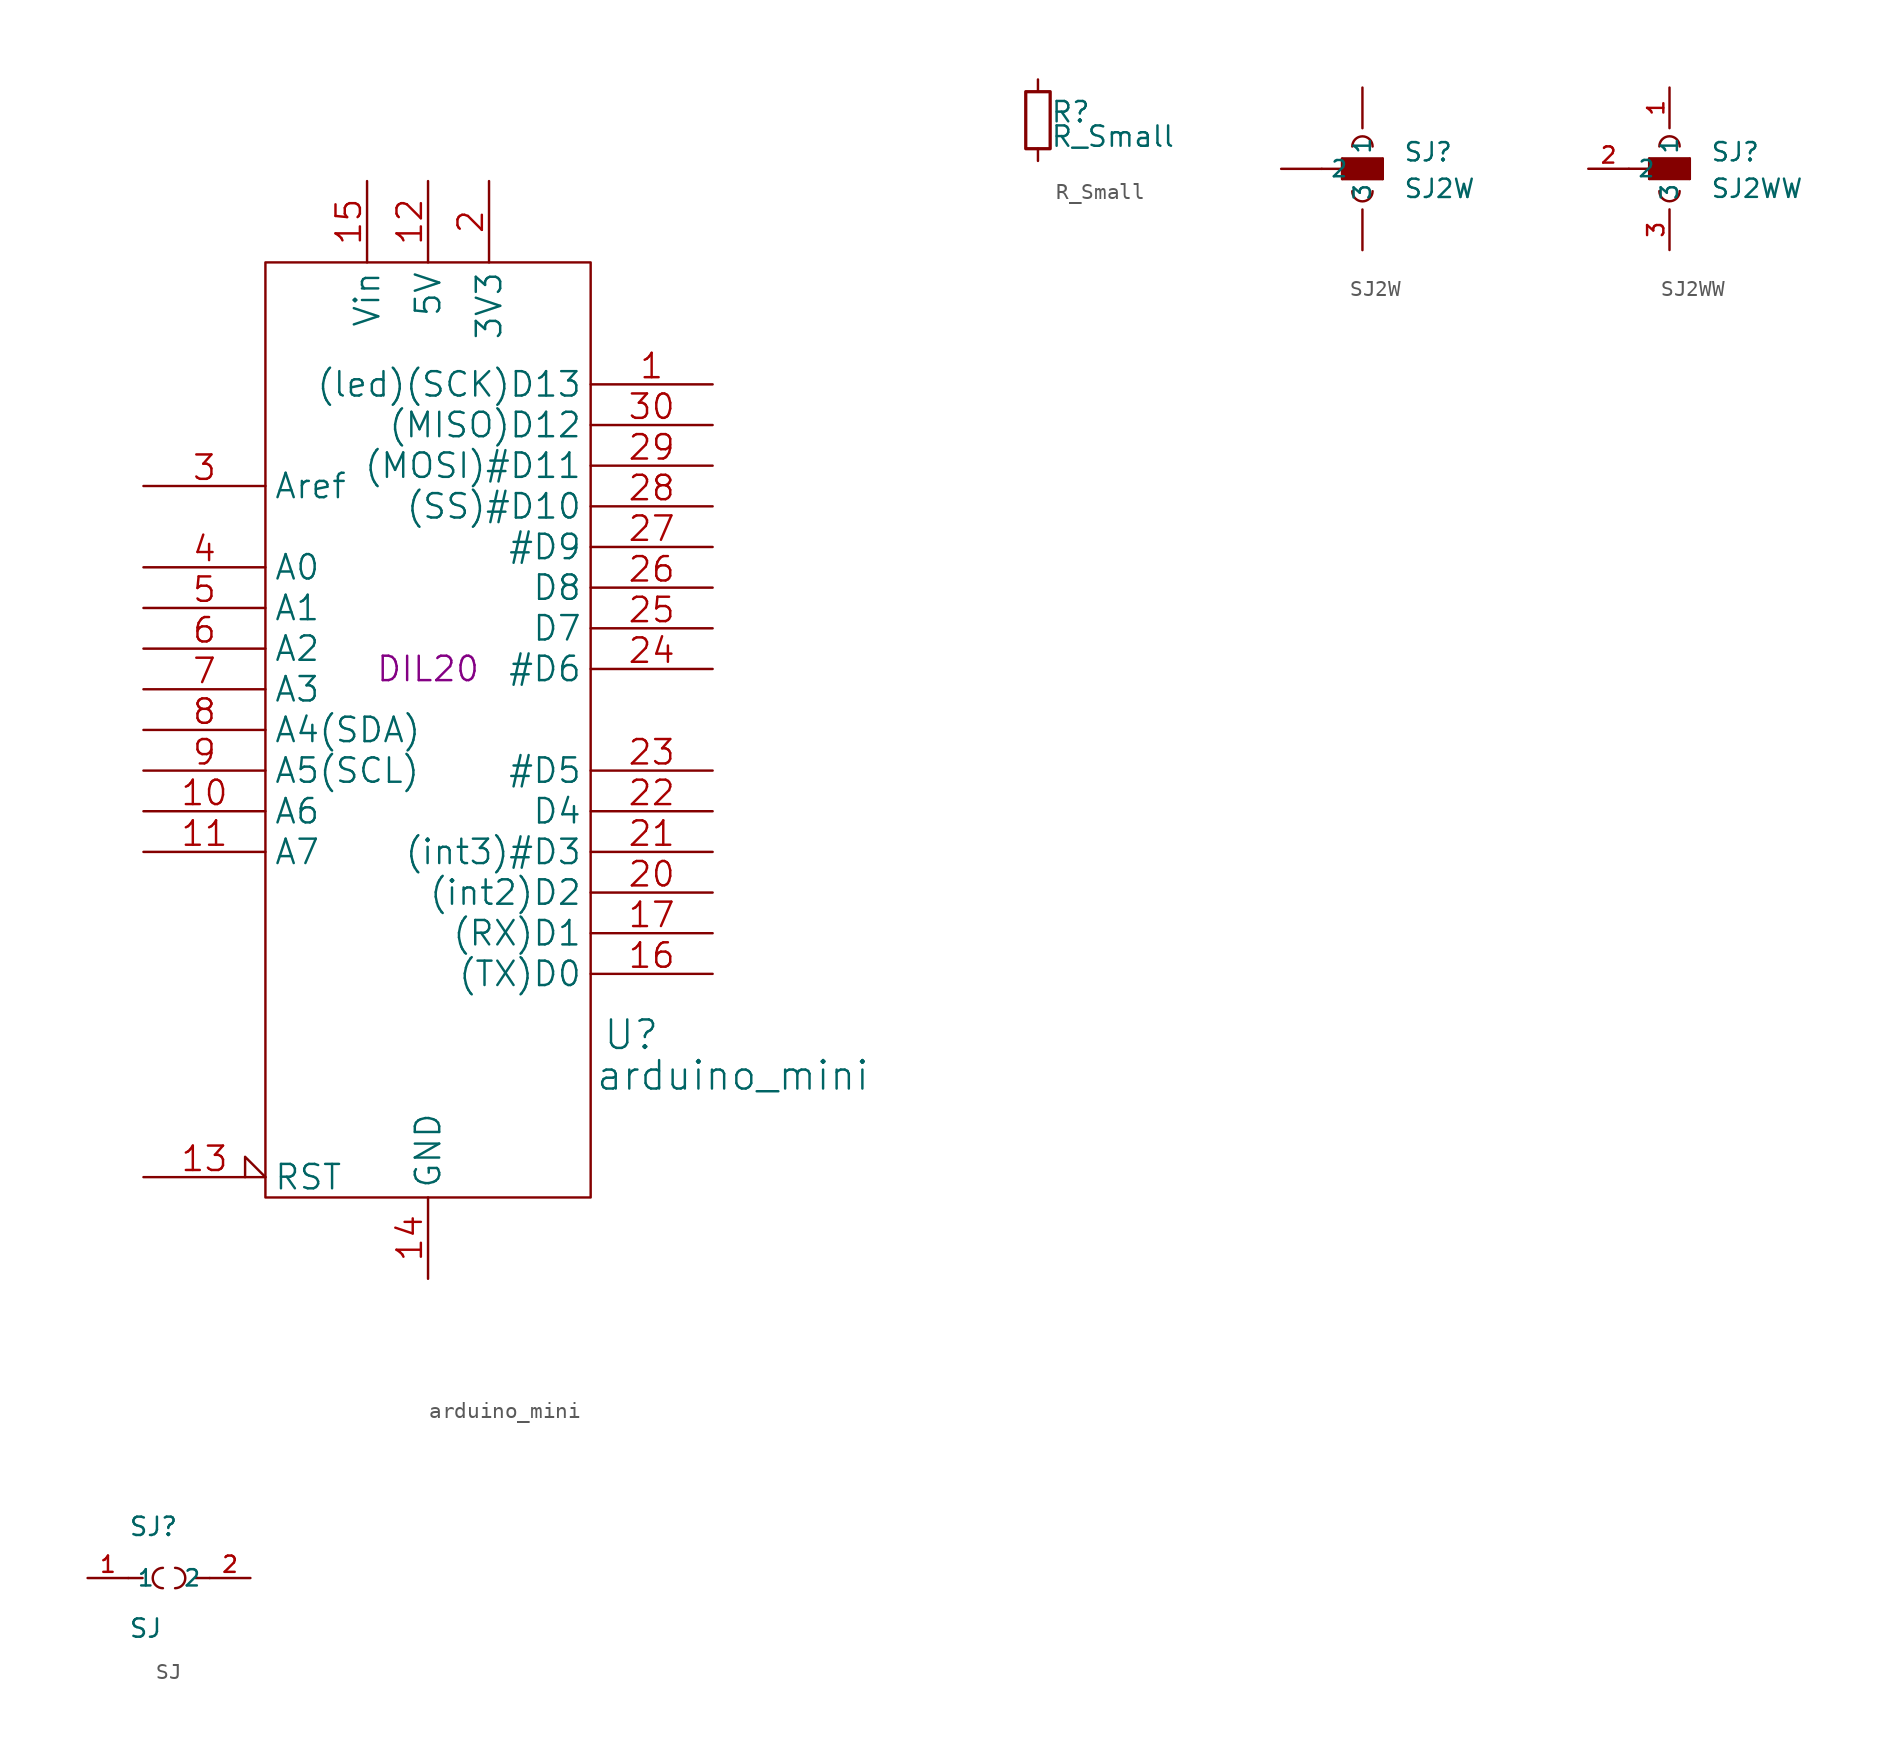
<source format=kicad_sym>
(kicad_symbol_lib
  (version 20220102)
  (generator kicad_symbol_editor)
  (symbol "arduino_mini"
    (property "Reference" "U"
      (at 12.7 -24.13 0)
      (effects (font (size 1.778 1.778))))
    (property "Value" "arduino_mini"
      (at 19.05 -26.67 0)
      (effects (font (size 1.778 1.778))))
    (property "Footprint" "DIL20"
      (at 0 -1.27 0)
      (effects (font (size 1.524 1.524))))
    (symbol "arduino_mini_0_0"
      (pin power_in line (at 0 -39.37 90) (length 5.08) (name "GND" (effects (font (size 1.524 1.524)))) (number "14" (effects (font (size 1.524 1.524)))))
      (pin power_in line (at -3.81 29.21 270) (length 5.08) (name "Vin" (effects (font (size 1.524 1.524)))) (number "15" (effects (font (size 1.524 1.524))))))
    (symbol "arduino_mini_0_1"
      (rectangle (start -10.16 24.13) (end 10.16 -34.29) (stroke (width 0) (type default)) (fill (type none))))
    (symbol "arduino_mini_1_1"
      (pin input line (at 17.78 16.51 180) (length 7.62) (name "(led)(SCK)D13" (effects (font (size 1.524 1.524)))) (number "1" (effects (font (size 1.524 1.524)))))
      (pin bidirectional line (at -17.78 -10.16 0) (length 7.62) (name "A6" (effects (font (size 1.524 1.524)))) (number "10" (effects (font (size 1.524 1.524)))))
      (pin bidirectional line (at -17.78 -12.7 0) (length 7.62) (name "A7" (effects (font (size 1.524 1.524)))) (number "11" (effects (font (size 1.524 1.524)))))
      (pin power_out line (at 0 29.21 270) (length 5.08) (name "5V" (effects (font (size 1.524 1.524)))) (number "12" (effects (font (size 1.524 1.524)))))
      (pin input input_low (at -17.78 -33.02 0) (length 7.62) (name "RST" (effects (font (size 1.524 1.524)))) (number "13" (effects (font (size 1.524 1.524)))))
      (pin bidirectional line (at 17.78 -20.32 180) (length 7.62) (name "(TX)D0" (effects (font (size 1.524 1.524)))) (number "16" (effects (font (size 1.524 1.524)))))
      (pin bidirectional line (at 17.78 -17.78 180) (length 7.62) (name "(RX)D1" (effects (font (size 1.524 1.524)))) (number "17" (effects (font (size 1.524 1.524)))))
      (pin input input_low (at -17.78 -30.48 0) (length 7.62) hide (name "RST" (effects (font (size 1.524 1.524)))) (number "18" (effects (font (size 1.524 1.524)))))
      (pin power_in line (at 2.54 -39.37 90) (length 5.08) hide (name "GND" (effects (font (size 1.524 1.524)))) (number "19" (effects (font (size 1.524 1.524)))))
      (pin power_out line (at 3.81 29.21 270) (length 5.08) (name "3V3" (effects (font (size 1.524 1.524)))) (number "2" (effects (font (size 1.524 1.524)))))
      (pin bidirectional line (at 17.78 -15.24 180) (length 7.62) (name "(int2)D2" (effects (font (size 1.524 1.524)))) (number "20" (effects (font (size 1.524 1.524)))))
      (pin bidirectional line (at 17.78 -12.7 180) (length 7.62) (name "(int3)#D3" (effects (font (size 1.524 1.524)))) (number "21" (effects (font (size 1.524 1.524)))))
      (pin bidirectional line (at 17.78 -10.16 180) (length 7.62) (name "D4" (effects (font (size 1.524 1.524)))) (number "22" (effects (font (size 1.524 1.524)))))
      (pin bidirectional line (at 17.78 -7.62 180) (length 7.62) (name "#D5" (effects (font (size 1.524 1.524)))) (number "23" (effects (font (size 1.524 1.524)))))
      (pin bidirectional line (at 17.78 -1.27 180) (length 7.62) (name "#D6" (effects (font (size 1.524 1.524)))) (number "24" (effects (font (size 1.524 1.524)))))
      (pin bidirectional line (at 17.78 1.27 180) (length 7.62) (name "D7" (effects (font (size 1.524 1.524)))) (number "25" (effects (font (size 1.524 1.524)))))
      (pin bidirectional line (at 17.78 3.81 180) (length 7.62) (name "D8" (effects (font (size 1.524 1.524)))) (number "26" (effects (font (size 1.524 1.524)))))
      (pin bidirectional line (at 17.78 6.35 180) (length 7.62) (name "#D9" (effects (font (size 1.524 1.524)))) (number "27" (effects (font (size 1.524 1.524)))))
      (pin bidirectional line (at 17.78 8.89 180) (length 7.62) (name "(SS)#D10" (effects (font (size 1.524 1.524)))) (number "28" (effects (font (size 1.524 1.524)))))
      (pin bidirectional line (at 17.78 11.43 180) (length 7.62) (name "(MOSI)#D11" (effects (font (size 1.524 1.524)))) (number "29" (effects (font (size 1.524 1.524)))))
      (pin input line (at -17.78 10.16 0) (length 7.62) (name "Aref" (effects (font (size 1.524 1.524)))) (number "3" (effects (font (size 1.524 1.524)))))
      (pin bidirectional line (at 17.78 13.97 180) (length 7.62) (name "(MISO)D12" (effects (font (size 1.524 1.524)))) (number "30" (effects (font (size 1.524 1.524)))))
      (pin bidirectional line (at -17.78 5.08 0) (length 7.62) (name "A0" (effects (font (size 1.524 1.524)))) (number "4" (effects (font (size 1.524 1.524)))))
      (pin bidirectional line (at -17.78 2.54 0) (length 7.62) (name "A1" (effects (font (size 1.524 1.524)))) (number "5" (effects (font (size 1.524 1.524)))))
      (pin bidirectional line (at -17.78 0 0) (length 7.62) (name "A2" (effects (font (size 1.524 1.524)))) (number "6" (effects (font (size 1.524 1.524)))))
      (pin bidirectional line (at -17.78 -2.54 0) (length 7.62) (name "A3" (effects (font (size 1.524 1.524)))) (number "7" (effects (font (size 1.524 1.524)))))
      (pin bidirectional line (at -17.78 -5.08 0) (length 7.62) (name "A4(SDA)" (effects (font (size 1.524 1.524)))) (number "8" (effects (font (size 1.524 1.524)))))
      (pin bidirectional line (at -17.78 -7.62 0) (length 7.62) (name "A5(SCL)" (effects (font (size 1.524 1.524)))) (number "9" (effects (font (size 1.524 1.524)))))))
  (symbol "R_Small"
    (pin_numbers hide)
    (pin_names
      (offset 0.254) hide)
    (property "Reference" "R"
      (at 0.762 0.508 0)
      (effects (font (size 1.27 1.27)) (justify left)))
    (property "Value" "R_Small"
      (at 0.762 -1.016 0)
      (effects (font (size 1.27 1.27)) (justify left)))
    (property "Footprint" ""
      (at 0 0 0)
      (effects (font (size 1.524 1.524))))
    (property "Datasheet" ""
      (at 0 0 0)
      (effects (font (size 1.524 1.524))))
    (symbol "R_Small_0_1"
      (rectangle (start -0.762 1.778) (end 0.762 -1.778) (stroke (width 0.203) (type default)) (fill (type none))))
    (symbol "R_Small_1_1"
      (pin passive line (at 0 2.54 270) (length 0.762) (name "~" (effects (font (size 1.016 1.016)))) (number "1" (effects (font (size 1.016 1.016)))))
      (pin passive line (at 0 -2.54 90) (length 0.762) (name "~" (effects (font (size 1.016 1.016)))) (number "2" (effects (font (size 1.016 1.016)))))))
  (symbol "SJ2W"
    (pin_numbers hide)
    (property "Reference" "SJ"
      (at 2.54 0.381 0)
      (effects (font (size 1.143 1.143)) (justify left bottom)))
    (property "Value" "SJ2W"
      (at 2.54 -1.905 0)
      (effects (font (size 1.143 1.143)) (justify left bottom)))
    (property "ki_locked" ""
      (at 0 0 0)
      (effects (font (size 1.27 1.27))))
    (symbol "SJ2W_1_0"
      (polyline (pts (xy -2.54 0) (xy -1.27 0)) (stroke (width 0) (type default)) (fill (type none)))
      (polyline (pts (xy -1.27 -0.635) (xy -1.27 0)) (stroke (width 0) (type default)) (fill (type none)))
      (polyline (pts (xy -1.27 0) (xy -1.27 0.635)) (stroke (width 0) (type default)) (fill (type none)))
      (polyline (pts (xy -1.27 0.635) (xy 1.27 0.635)) (stroke (width 0) (type default)) (fill (type none)))
      (polyline (pts (xy 1.27 -0.635) (xy -1.27 -0.635)) (stroke (width 0) (type default)) (fill (type none)))
      (polyline (pts (xy 1.27 0.635) (xy 1.27 -0.635)) (stroke (width 0) (type default)) (fill (type none))))
    (symbol "SJ2W_1_1"
      (rectangle (start -1.27 -0.635) (end 1.27 0.635) (stroke (width 0) (type default)) (fill (type outline)))
      (arc (start -0.635 -1.397) (mid 0 -2.032) (end 0.635 -1.397) (stroke (width 0) (type default)) (fill (type none)))
      (arc (start 0.635 1.397) (mid 0 2.032) (end -0.635 1.397) (stroke (width 0) (type default)) (fill (type none)))
      (pin passive line (at 0 5.08 270) (length 2.54) (name "1" (effects (font (size 1.016 1.016)))) (number "1" (effects (font (size 1.016 1.016)))))
      (pin passive line (at -5.08 0 0) (length 2.54) (name "2" (effects (font (size 1.016 1.016)))) (number "2" (effects (font (size 1.016 1.016)))))
      (pin passive line (at 0 -5.08 90) (length 2.54) (name "3" (effects (font (size 1.016 1.016)))) (number "3" (effects (font (size 1.016 1.016)))))))
  (symbol "SJ2WW"
    (property "Reference" "SJ"
      (at 2.54 0.381 0)
      (effects (font (size 1.143 1.143)) (justify left bottom)))
    (property "Value" "SJ2WW"
      (at 2.54 -1.905 0)
      (effects (font (size 1.143 1.143)) (justify left bottom)))
    (symbol "SJ2WW_1_0"
      (polyline (pts (xy -2.54 0) (xy -1.27 0)) (stroke (width 0) (type default)) (fill (type none)))
      (polyline (pts (xy -1.27 -0.635) (xy -1.27 0)) (stroke (width 0) (type default)) (fill (type none)))
      (polyline (pts (xy -1.27 0) (xy -1.27 0.635)) (stroke (width 0) (type default)) (fill (type none)))
      (polyline (pts (xy -1.27 0.635) (xy 1.27 0.635)) (stroke (width 0) (type default)) (fill (type none)))
      (polyline (pts (xy 1.27 -0.635) (xy -1.27 -0.635)) (stroke (width 0) (type default)) (fill (type none)))
      (polyline (pts (xy 1.27 0.635) (xy 1.27 -0.635)) (stroke (width 0) (type default)) (fill (type none))))
    (symbol "SJ2WW_1_1"
      (rectangle (start -1.27 -0.635) (end 1.27 0.635) (stroke (width 0) (type default)) (fill (type outline)))
      (arc (start -0.635 -1.397) (mid 0 -2.032) (end 0.635 -1.397) (stroke (width 0) (type default)) (fill (type none)))
      (arc (start 0.635 1.397) (mid 0 2.032) (end -0.635 1.397) (stroke (width 0) (type default)) (fill (type none)))
      (pin passive line (at 0 5.08 270) (length 2.54) (name "1" (effects (font (size 1.016 1.016)))) (number "1" (effects (font (size 1.016 1.016)))))
      (pin passive line (at -5.08 0 0) (length 2.54) (name "2" (effects (font (size 1.016 1.016)))) (number "2" (effects (font (size 1.016 1.016)))))
      (pin passive line (at 0 -5.08 90) (length 2.54) (name "3" (effects (font (size 1.016 1.016)))) (number "3" (effects (font (size 1.016 1.016)))))))
  (symbol "SJ"
    (property "Reference" "SJ"
      (at -2.54 2.54 0)
      (effects (font (size 1.143 1.143)) (justify left bottom)))
    (property "Value" "SJ"
      (at -2.54 -3.81 0)
      (effects (font (size 1.143 1.143)) (justify left bottom)))
    (symbol "SJ_1_0"
      (polyline (pts (xy -2.54 0) (xy -1.651 0)) (stroke (width 0) (type default)) (fill (type none)))
      (polyline (pts (xy 2.54 0) (xy 1.651 0)) (stroke (width 0) (type default)) (fill (type none))))
    (symbol "SJ_1_1"
      (arc (start -0.381 0.635) (mid -1.016 0) (end -0.381 -0.635) (stroke (width 0) (type default)) (fill (type none)))
      (arc (start 0.381 -0.635) (mid 1.016 0) (end 0.381 0.635) (stroke (width 0) (type default)) (fill (type none)))
      (pin passive line (at -5.08 0 0) (length 2.54) (name "1" (effects (font (size 1.016 1.016)))) (number "1" (effects (font (size 1.016 1.016)))))
      (pin passive line (at 5.08 0 180) (length 2.54) (name "2" (effects (font (size 1.016 1.016)))) (number "2" (effects (font (size 1.016 1.016))))))))
</source>
